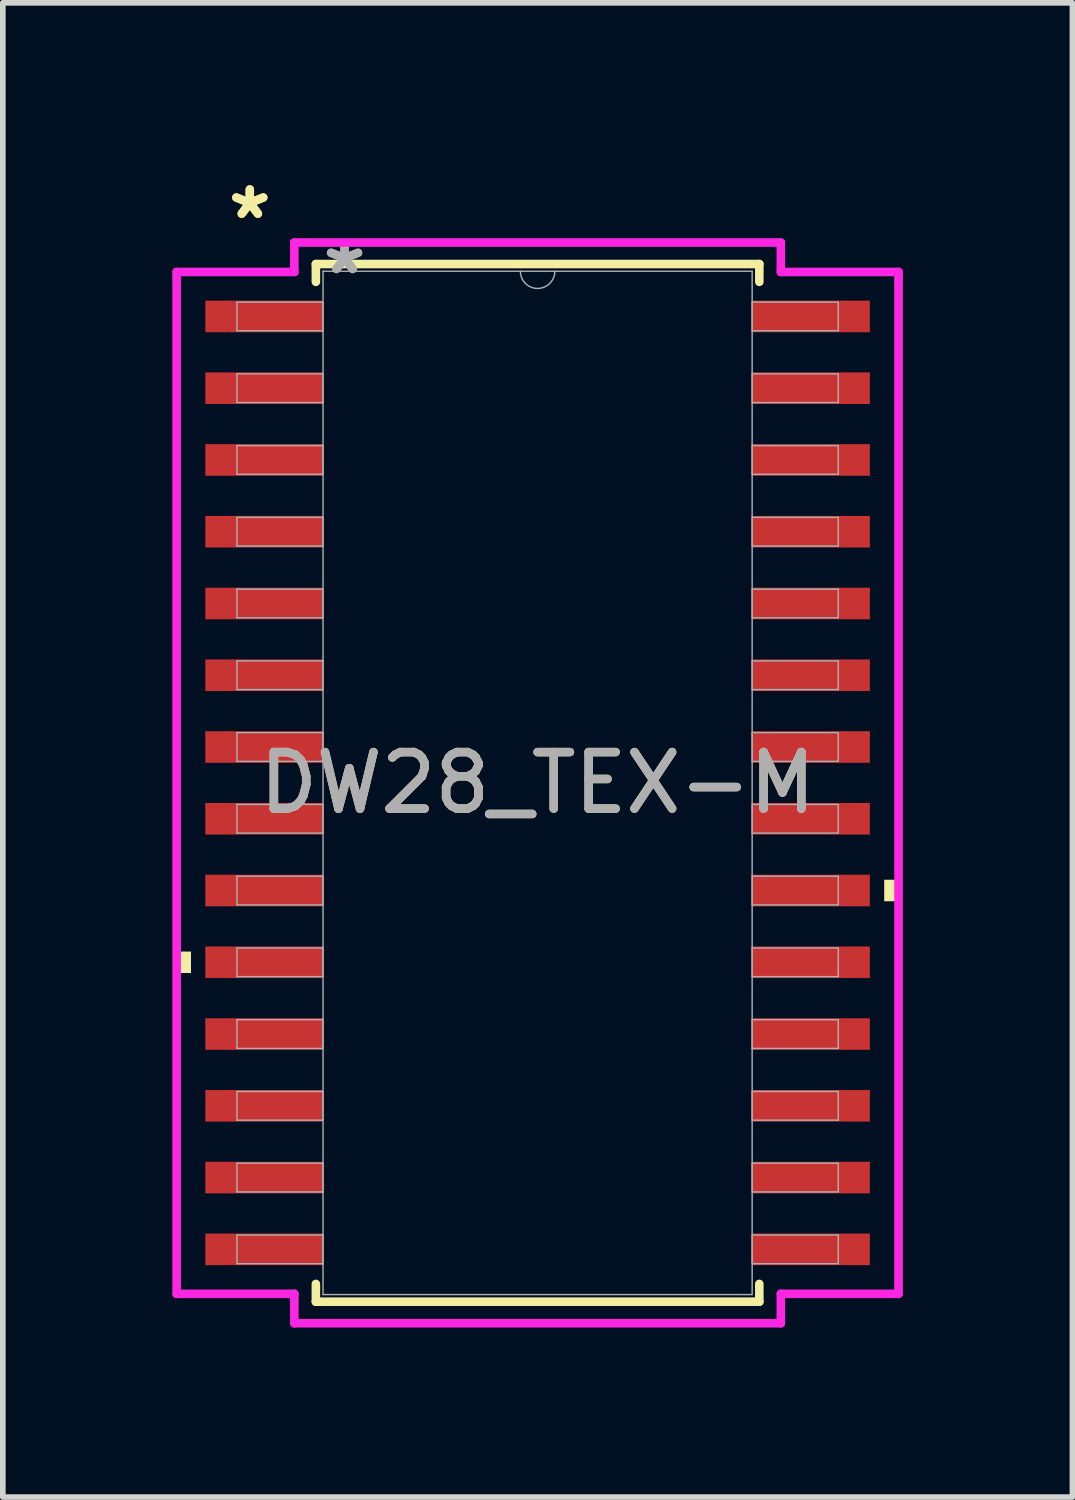
<source format=kicad_pcb>
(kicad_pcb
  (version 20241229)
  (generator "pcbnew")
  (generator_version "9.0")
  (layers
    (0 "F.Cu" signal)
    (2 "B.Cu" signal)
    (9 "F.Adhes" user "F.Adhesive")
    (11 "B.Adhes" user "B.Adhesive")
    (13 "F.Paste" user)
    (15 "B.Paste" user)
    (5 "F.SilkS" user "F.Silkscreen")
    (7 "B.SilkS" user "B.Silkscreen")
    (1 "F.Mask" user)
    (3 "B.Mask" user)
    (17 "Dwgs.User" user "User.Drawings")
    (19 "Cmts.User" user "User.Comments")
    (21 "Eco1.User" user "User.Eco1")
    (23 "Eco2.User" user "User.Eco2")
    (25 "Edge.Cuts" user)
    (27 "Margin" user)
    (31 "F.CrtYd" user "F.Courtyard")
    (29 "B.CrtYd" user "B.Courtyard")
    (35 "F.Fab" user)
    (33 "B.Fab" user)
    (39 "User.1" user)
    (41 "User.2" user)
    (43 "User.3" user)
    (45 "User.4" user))
  (footprint "DW28_TEX-M"
    (layer "F.Cu")
    (at 6.464 10.805)
    (property "Reference" "DW28_TEX-M" (at 0 0 0) (unlocked yes) (layer "F.SilkS") (effects (font (size 1 1) (thickness 0.15))))
    (attr smd)
    (fp_line (start -3.924 -9.182) (end -3.924 -8.867) (stroke (width 0.152) (type solid)) (layer "F.SilkS"))
    (fp_line (start -3.924 8.867) (end -3.924 9.182) (stroke (width 0.152) (type solid)) (layer "F.SilkS"))
    (fp_line (start -3.924 9.182) (end 3.924 9.182) (stroke (width 0.152) (type solid)) (layer "F.SilkS"))
    (fp_line (start 3.924 -9.182) (end -3.924 -9.182) (stroke (width 0.152) (type solid)) (layer "F.SilkS"))
    (fp_line (start 3.924 -8.867) (end 3.924 -9.182) (stroke (width 0.152) (type solid)) (layer "F.SilkS"))
    (fp_line (start 3.924 9.182) (end 3.924 8.867) (stroke (width 0.152) (type solid)) (layer "F.SilkS"))
    (fp_poly (pts (xy -6.388 2.985) (xy -6.388 3.365) (xy -6.134 3.365) (xy -6.134 2.985)) (stroke (width 0) (type solid)) (fill yes) (layer "F.SilkS"))
    (fp_poly (pts (xy 6.388 1.714) (xy 6.388 2.095) (xy 6.134 2.095) (xy 6.134 1.714)) (stroke (width 0) (type solid)) (fill yes) (layer "F.SilkS"))
    (fp_line (start -6.388 -9.042) (end -4.305 -9.042) (stroke (width 0.152) (type solid)) (layer "F.CrtYd"))
    (fp_line (start -6.388 9.042) (end -6.388 -9.042) (stroke (width 0.152) (type solid)) (layer "F.CrtYd"))
    (fp_line (start -6.388 9.042) (end -4.305 9.042) (stroke (width 0.152) (type solid)) (layer "F.CrtYd"))
    (fp_line (start -4.305 -9.563) (end 4.305 -9.563) (stroke (width 0.152) (type solid)) (layer "F.CrtYd"))
    (fp_line (start -4.305 -9.042) (end -4.305 -9.563) (stroke (width 0.152) (type solid)) (layer "F.CrtYd"))
    (fp_line (start -4.305 9.563) (end -4.305 9.042) (stroke (width 0.152) (type solid)) (layer "F.CrtYd"))
    (fp_line (start 4.305 -9.563) (end 4.305 -9.042) (stroke (width 0.152) (type solid)) (layer "F.CrtYd"))
    (fp_line (start 4.305 9.042) (end 4.305 9.563) (stroke (width 0.152) (type solid)) (layer "F.CrtYd"))
    (fp_line (start 4.305 9.563) (end -4.305 9.563) (stroke (width 0.152) (type solid)) (layer "F.CrtYd"))
    (fp_line (start 6.388 -9.042) (end 4.305 -9.042) (stroke (width 0.152) (type solid)) (layer "F.CrtYd"))
    (fp_line (start 6.388 -9.042) (end 6.388 9.042) (stroke (width 0.152) (type solid)) (layer "F.CrtYd"))
    (fp_line (start 6.388 9.042) (end 4.305 9.042) (stroke (width 0.152) (type solid)) (layer "F.CrtYd"))
    (fp_line (start -5.321 -8.509) (end -5.321 -8.001) (stroke (width 0.025) (type solid)) (layer "F.Fab"))
    (fp_line (start -5.321 -8.001) (end -3.797 -8.001) (stroke (width 0.025) (type solid)) (layer "F.Fab"))
    (fp_line (start -5.321 -7.239) (end -5.321 -6.731) (stroke (width 0.025) (type solid)) (layer "F.Fab"))
    (fp_line (start -5.321 -6.731) (end -3.797 -6.731) (stroke (width 0.025) (type solid)) (layer "F.Fab"))
    (fp_line (start -5.321 -5.969) (end -5.321 -5.461) (stroke (width 0.025) (type solid)) (layer "F.Fab"))
    (fp_line (start -5.321 -5.461) (end -3.797 -5.461) (stroke (width 0.025) (type solid)) (layer "F.Fab"))
    (fp_line (start -5.321 -4.699) (end -5.321 -4.191) (stroke (width 0.025) (type solid)) (layer "F.Fab"))
    (fp_line (start -5.321 -4.191) (end -3.797 -4.191) (stroke (width 0.025) (type solid)) (layer "F.Fab"))
    (fp_line (start -5.321 -3.429) (end -5.321 -2.921) (stroke (width 0.025) (type solid)) (layer "F.Fab"))
    (fp_line (start -5.321 -2.921) (end -3.797 -2.921) (stroke (width 0.025) (type solid)) (layer "F.Fab"))
    (fp_line (start -5.321 -2.159) (end -5.321 -1.651) (stroke (width 0.025) (type solid)) (layer "F.Fab"))
    (fp_line (start -5.321 -1.651) (end -3.797 -1.651) (stroke (width 0.025) (type solid)) (layer "F.Fab"))
    (fp_line (start -5.321 -0.889) (end -5.321 -0.381) (stroke (width 0.025) (type solid)) (layer "F.Fab"))
    (fp_line (start -5.321 -0.381) (end -3.797 -0.381) (stroke (width 0.025) (type solid)) (layer "F.Fab"))
    (fp_line (start -5.321 0.381) (end -5.321 0.889) (stroke (width 0.025) (type solid)) (layer "F.Fab"))
    (fp_line (start -5.321 0.889) (end -3.797 0.889) (stroke (width 0.025) (type solid)) (layer "F.Fab"))
    (fp_line (start -5.321 1.651) (end -5.321 2.159) (stroke (width 0.025) (type solid)) (layer "F.Fab"))
    (fp_line (start -5.321 2.159) (end -3.797 2.159) (stroke (width 0.025) (type solid)) (layer "F.Fab"))
    (fp_line (start -5.321 2.921) (end -5.321 3.429) (stroke (width 0.025) (type solid)) (layer "F.Fab"))
    (fp_line (start -5.321 3.429) (end -3.797 3.429) (stroke (width 0.025) (type solid)) (layer "F.Fab"))
    (fp_line (start -5.321 4.191) (end -5.321 4.699) (stroke (width 0.025) (type solid)) (layer "F.Fab"))
    (fp_line (start -5.321 4.699) (end -3.797 4.699) (stroke (width 0.025) (type solid)) (layer "F.Fab"))
    (fp_line (start -5.321 5.461) (end -5.321 5.969) (stroke (width 0.025) (type solid)) (layer "F.Fab"))
    (fp_line (start -5.321 5.969) (end -3.797 5.969) (stroke (width 0.025) (type solid)) (layer "F.Fab"))
    (fp_line (start -5.321 6.731) (end -5.321 7.239) (stroke (width 0.025) (type solid)) (layer "F.Fab"))
    (fp_line (start -5.321 7.239) (end -3.797 7.239) (stroke (width 0.025) (type solid)) (layer "F.Fab"))
    (fp_line (start -5.321 8.001) (end -5.321 8.509) (stroke (width 0.025) (type solid)) (layer "F.Fab"))
    (fp_line (start -5.321 8.509) (end -3.797 8.509) (stroke (width 0.025) (type solid)) (layer "F.Fab"))
    (fp_line (start -3.797 -9.055) (end -3.797 9.055) (stroke (width 0.025) (type solid)) (layer "F.Fab"))
    (fp_line (start -3.797 -8.509) (end -5.321 -8.509) (stroke (width 0.025) (type solid)) (layer "F.Fab"))
    (fp_line (start -3.797 -8.001) (end -3.797 -8.509) (stroke (width 0.025) (type solid)) (layer "F.Fab"))
    (fp_line (start -3.797 -7.239) (end -5.321 -7.239) (stroke (width 0.025) (type solid)) (layer "F.Fab"))
    (fp_line (start -3.797 -6.731) (end -3.797 -7.239) (stroke (width 0.025) (type solid)) (layer "F.Fab"))
    (fp_line (start -3.797 -5.969) (end -5.321 -5.969) (stroke (width 0.025) (type solid)) (layer "F.Fab"))
    (fp_line (start -3.797 -5.461) (end -3.797 -5.969) (stroke (width 0.025) (type solid)) (layer "F.Fab"))
    (fp_line (start -3.797 -4.699) (end -5.321 -4.699) (stroke (width 0.025) (type solid)) (layer "F.Fab"))
    (fp_line (start -3.797 -4.191) (end -3.797 -4.699) (stroke (width 0.025) (type solid)) (layer "F.Fab"))
    (fp_line (start -3.797 -3.429) (end -5.321 -3.429) (stroke (width 0.025) (type solid)) (layer "F.Fab"))
    (fp_line (start -3.797 -2.921) (end -3.797 -3.429) (stroke (width 0.025) (type solid)) (layer "F.Fab"))
    (fp_line (start -3.797 -2.159) (end -5.321 -2.159) (stroke (width 0.025) (type solid)) (layer "F.Fab"))
    (fp_line (start -3.797 -1.651) (end -3.797 -2.159) (stroke (width 0.025) (type solid)) (layer "F.Fab"))
    (fp_line (start -3.797 -0.889) (end -5.321 -0.889) (stroke (width 0.025) (type solid)) (layer "F.Fab"))
    (fp_line (start -3.797 -0.381) (end -3.797 -0.889) (stroke (width 0.025) (type solid)) (layer "F.Fab"))
    (fp_line (start -3.797 0.381) (end -5.321 0.381) (stroke (width 0.025) (type solid)) (layer "F.Fab"))
    (fp_line (start -3.797 0.889) (end -3.797 0.381) (stroke (width 0.025) (type solid)) (layer "F.Fab"))
    (fp_line (start -3.797 1.651) (end -5.321 1.651) (stroke (width 0.025) (type solid)) (layer "F.Fab"))
    (fp_line (start -3.797 2.159) (end -3.797 1.651) (stroke (width 0.025) (type solid)) (layer "F.Fab"))
    (fp_line (start -3.797 2.921) (end -5.321 2.921) (stroke (width 0.025) (type solid)) (layer "F.Fab"))
    (fp_line (start -3.797 3.429) (end -3.797 2.921) (stroke (width 0.025) (type solid)) (layer "F.Fab"))
    (fp_line (start -3.797 4.191) (end -5.321 4.191) (stroke (width 0.025) (type solid)) (layer "F.Fab"))
    (fp_line (start -3.797 4.699) (end -3.797 4.191) (stroke (width 0.025) (type solid)) (layer "F.Fab"))
    (fp_line (start -3.797 5.461) (end -5.321 5.461) (stroke (width 0.025) (type solid)) (layer "F.Fab"))
    (fp_line (start -3.797 5.969) (end -3.797 5.461) (stroke (width 0.025) (type solid)) (layer "F.Fab"))
    (fp_line (start -3.797 6.731) (end -5.321 6.731) (stroke (width 0.025) (type solid)) (layer "F.Fab"))
    (fp_line (start -3.797 7.239) (end -3.797 6.731) (stroke (width 0.025) (type solid)) (layer "F.Fab"))
    (fp_line (start -3.797 8.001) (end -5.321 8.001) (stroke (width 0.025) (type solid)) (layer "F.Fab"))
    (fp_line (start -3.797 8.509) (end -3.797 8.001) (stroke (width 0.025) (type solid)) (layer "F.Fab"))
    (fp_line (start -3.797 9.055) (end 3.797 9.055) (stroke (width 0.025) (type solid)) (layer "F.Fab"))
    (fp_line (start 3.797 -9.055) (end -3.797 -9.055) (stroke (width 0.025) (type solid)) (layer "F.Fab"))
    (fp_line (start 3.797 -8.509) (end 3.797 -8.001) (stroke (width 0.025) (type solid)) (layer "F.Fab"))
    (fp_line (start 3.797 -8.001) (end 5.321 -8.001) (stroke (width 0.025) (type solid)) (layer "F.Fab"))
    (fp_line (start 3.797 -7.239) (end 3.797 -6.731) (stroke (width 0.025) (type solid)) (layer "F.Fab"))
    (fp_line (start 3.797 -6.731) (end 5.321 -6.731) (stroke (width 0.025) (type solid)) (layer "F.Fab"))
    (fp_line (start 3.797 -5.969) (end 3.797 -5.461) (stroke (width 0.025) (type solid)) (layer "F.Fab"))
    (fp_line (start 3.797 -5.461) (end 5.321 -5.461) (stroke (width 0.025) (type solid)) (layer "F.Fab"))
    (fp_line (start 3.797 -4.699) (end 3.797 -4.191) (stroke (width 0.025) (type solid)) (layer "F.Fab"))
    (fp_line (start 3.797 -4.191) (end 5.321 -4.191) (stroke (width 0.025) (type solid)) (layer "F.Fab"))
    (fp_line (start 3.797 -3.429) (end 3.797 -2.921) (stroke (width 0.025) (type solid)) (layer "F.Fab"))
    (fp_line (start 3.797 -2.921) (end 5.321 -2.921) (stroke (width 0.025) (type solid)) (layer "F.Fab"))
    (fp_line (start 3.797 -2.159) (end 3.797 -1.651) (stroke (width 0.025) (type solid)) (layer "F.Fab"))
    (fp_line (start 3.797 -1.651) (end 5.321 -1.651) (stroke (width 0.025) (type solid)) (layer "F.Fab"))
    (fp_line (start 3.797 -0.889) (end 3.797 -0.381) (stroke (width 0.025) (type solid)) (layer "F.Fab"))
    (fp_line (start 3.797 -0.381) (end 5.321 -0.381) (stroke (width 0.025) (type solid)) (layer "F.Fab"))
    (fp_line (start 3.797 0.381) (end 3.797 0.889) (stroke (width 0.025) (type solid)) (layer "F.Fab"))
    (fp_line (start 3.797 0.889) (end 5.321 0.889) (stroke (width 0.025) (type solid)) (layer "F.Fab"))
    (fp_line (start 3.797 1.651) (end 3.797 2.159) (stroke (width 0.025) (type solid)) (layer "F.Fab"))
    (fp_line (start 3.797 2.159) (end 5.321 2.159) (stroke (width 0.025) (type solid)) (layer "F.Fab"))
    (fp_line (start 3.797 2.921) (end 3.797 3.429) (stroke (width 0.025) (type solid)) (layer "F.Fab"))
    (fp_line (start 3.797 3.429) (end 5.321 3.429) (stroke (width 0.025) (type solid)) (layer "F.Fab"))
    (fp_line (start 3.797 4.191) (end 3.797 4.699) (stroke (width 0.025) (type solid)) (layer "F.Fab"))
    (fp_line (start 3.797 4.699) (end 5.321 4.699) (stroke (width 0.025) (type solid)) (layer "F.Fab"))
    (fp_line (start 3.797 5.461) (end 3.797 5.969) (stroke (width 0.025) (type solid)) (layer "F.Fab"))
    (fp_line (start 3.797 5.969) (end 5.321 5.969) (stroke (width 0.025) (type solid)) (layer "F.Fab"))
    (fp_line (start 3.797 6.731) (end 3.797 7.239) (stroke (width 0.025) (type solid)) (layer "F.Fab"))
    (fp_line (start 3.797 7.239) (end 5.321 7.239) (stroke (width 0.025) (type solid)) (layer "F.Fab"))
    (fp_line (start 3.797 8.001) (end 3.797 8.509) (stroke (width 0.025) (type solid)) (layer "F.Fab"))
    (fp_line (start 3.797 8.509) (end 5.321 8.509) (stroke (width 0.025) (type solid)) (layer "F.Fab"))
    (fp_line (start 3.797 9.055) (end 3.797 -9.055) (stroke (width 0.025) (type solid)) (layer "F.Fab"))
    (fp_line (start 5.321 -8.509) (end 3.797 -8.509) (stroke (width 0.025) (type solid)) (layer "F.Fab"))
    (fp_line (start 5.321 -8.001) (end 5.321 -8.509) (stroke (width 0.025) (type solid)) (layer "F.Fab"))
    (fp_line (start 5.321 -7.239) (end 3.797 -7.239) (stroke (width 0.025) (type solid)) (layer "F.Fab"))
    (fp_line (start 5.321 -6.731) (end 5.321 -7.239) (stroke (width 0.025) (type solid)) (layer "F.Fab"))
    (fp_line (start 5.321 -5.969) (end 3.797 -5.969) (stroke (width 0.025) (type solid)) (layer "F.Fab"))
    (fp_line (start 5.321 -5.461) (end 5.321 -5.969) (stroke (width 0.025) (type solid)) (layer "F.Fab"))
    (fp_line (start 5.321 -4.699) (end 3.797 -4.699) (stroke (width 0.025) (type solid)) (layer "F.Fab"))
    (fp_line (start 5.321 -4.191) (end 5.321 -4.699) (stroke (width 0.025) (type solid)) (layer "F.Fab"))
    (fp_line (start 5.321 -3.429) (end 3.797 -3.429) (stroke (width 0.025) (type solid)) (layer "F.Fab"))
    (fp_line (start 5.321 -2.921) (end 5.321 -3.429) (stroke (width 0.025) (type solid)) (layer "F.Fab"))
    (fp_line (start 5.321 -2.159) (end 3.797 -2.159) (stroke (width 0.025) (type solid)) (layer "F.Fab"))
    (fp_line (start 5.321 -1.651) (end 5.321 -2.159) (stroke (width 0.025) (type solid)) (layer "F.Fab"))
    (fp_line (start 5.321 -0.889) (end 3.797 -0.889) (stroke (width 0.025) (type solid)) (layer "F.Fab"))
    (fp_line (start 5.321 -0.381) (end 5.321 -0.889) (stroke (width 0.025) (type solid)) (layer "F.Fab"))
    (fp_line (start 5.321 0.381) (end 3.797 0.381) (stroke (width 0.025) (type solid)) (layer "F.Fab"))
    (fp_line (start 5.321 0.889) (end 5.321 0.381) (stroke (width 0.025) (type solid)) (layer "F.Fab"))
    (fp_line (start 5.321 1.651) (end 3.797 1.651) (stroke (width 0.025) (type solid)) (layer "F.Fab"))
    (fp_line (start 5.321 2.159) (end 5.321 1.651) (stroke (width 0.025) (type solid)) (layer "F.Fab"))
    (fp_line (start 5.321 2.921) (end 3.797 2.921) (stroke (width 0.025) (type solid)) (layer "F.Fab"))
    (fp_line (start 5.321 3.429) (end 5.321 2.921) (stroke (width 0.025) (type solid)) (layer "F.Fab"))
    (fp_line (start 5.321 4.191) (end 3.797 4.191) (stroke (width 0.025) (type solid)) (layer "F.Fab"))
    (fp_line (start 5.321 4.699) (end 5.321 4.191) (stroke (width 0.025) (type solid)) (layer "F.Fab"))
    (fp_line (start 5.321 5.461) (end 3.797 5.461) (stroke (width 0.025) (type solid)) (layer "F.Fab"))
    (fp_line (start 5.321 5.969) (end 5.321 5.461) (stroke (width 0.025) (type solid)) (layer "F.Fab"))
    (fp_line (start 5.321 6.731) (end 3.797 6.731) (stroke (width 0.025) (type solid)) (layer "F.Fab"))
    (fp_line (start 5.321 7.239) (end 5.321 6.731) (stroke (width 0.025) (type solid)) (layer "F.Fab"))
    (fp_line (start 5.321 8.001) (end 3.797 8.001) (stroke (width 0.025) (type solid)) (layer "F.Fab"))
    (fp_line (start 5.321 8.509) (end 5.321 8.001) (stroke (width 0.025) (type solid)) (layer "F.Fab"))
    (fp_arc (start 0.3048 -9.0551) (mid 0 -8.7503) (end -0.3048 -9.0551) (stroke (width 0.0254) (type solid)) (layer "F.Fab"))
    (fp_text user "*" (at -5.093 -9.957 0) (unlocked yes) (layer "F.SilkS") (effects (font (size 1 1) (thickness 0.15))))
    (fp_text user "*" (at -5.093 -9.957 0) (layer "F.SilkS") (effects (font (size 1 1) (thickness 0.15))))
    (fp_text user "*" (at -3.416 -8.979 0) (unlocked yes) (layer "F.Fab") (effects (font (size 1 1) (thickness 0.15))))
    (fp_text user "*" (at -3.416 -8.979 0) (layer "F.Fab") (effects (font (size 1 1) (thickness 0.15))))
    (fp_text user "${REFERENCE}" (at 0 0 0) (unlocked yes) (layer "F.Fab") (effects (font (size 1 1) (thickness 0.15))))
    (pad "1" smd rect (at -4.839 -8.255) (size 2.083 0.559) (layers "F.Cu" "F.Mask" "F.Paste"))
    (pad "2" smd rect (at -4.839 -6.985) (size 2.083 0.559) (layers "F.Cu" "F.Mask" "F.Paste"))
    (pad "3" smd rect (at -4.839 -5.715) (size 2.083 0.559) (layers "F.Cu" "F.Mask" "F.Paste"))
    (pad "4" smd rect (at -4.839 -4.445) (size 2.083 0.559) (layers "F.Cu" "F.Mask" "F.Paste"))
    (pad "5" smd rect (at -4.839 -3.175) (size 2.083 0.559) (layers "F.Cu" "F.Mask" "F.Paste"))
    (pad "6" smd rect (at -4.839 -1.905) (size 2.083 0.559) (layers "F.Cu" "F.Mask" "F.Paste"))
    (pad "7" smd rect (at -4.839 -0.635) (size 2.083 0.559) (layers "F.Cu" "F.Mask" "F.Paste"))
    (pad "8" smd rect (at -4.839 0.635) (size 2.083 0.559) (layers "F.Cu" "F.Mask" "F.Paste"))
    (pad "9" smd rect (at -4.839 1.905) (size 2.083 0.559) (layers "F.Cu" "F.Mask" "F.Paste"))
    (pad "10" smd rect (at -4.839 3.175) (size 2.083 0.559) (layers "F.Cu" "F.Mask" "F.Paste"))
    (pad "11" smd rect (at -4.839 4.445) (size 2.083 0.559) (layers "F.Cu" "F.Mask" "F.Paste"))
    (pad "12" smd rect (at -4.839 5.715) (size 2.083 0.559) (layers "F.Cu" "F.Mask" "F.Paste"))
    (pad "13" smd rect (at -4.839 6.985) (size 2.083 0.559) (layers "F.Cu" "F.Mask" "F.Paste"))
    (pad "14" smd rect (at -4.839 8.255) (size 2.083 0.559) (layers "F.Cu" "F.Mask" "F.Paste"))
    (pad "15" smd rect (at 4.839 8.255) (size 2.083 0.559) (layers "F.Cu" "F.Mask" "F.Paste"))
    (pad "16" smd rect (at 4.839 6.985) (size 2.083 0.559) (layers "F.Cu" "F.Mask" "F.Paste"))
    (pad "17" smd rect (at 4.839 5.715) (size 2.083 0.559) (layers "F.Cu" "F.Mask" "F.Paste"))
    (pad "18" smd rect (at 4.839 4.445) (size 2.083 0.559) (layers "F.Cu" "F.Mask" "F.Paste"))
    (pad "19" smd rect (at 4.839 3.175) (size 2.083 0.559) (layers "F.Cu" "F.Mask" "F.Paste"))
    (pad "20" smd rect (at 4.839 1.905) (size 2.083 0.559) (layers "F.Cu" "F.Mask" "F.Paste"))
    (pad "21" smd rect (at 4.839 0.635) (size 2.083 0.559) (layers "F.Cu" "F.Mask" "F.Paste"))
    (pad "22" smd rect (at 4.839 -0.635) (size 2.083 0.559) (layers "F.Cu" "F.Mask" "F.Paste"))
    (pad "23" smd rect (at 4.839 -1.905) (size 2.083 0.559) (layers "F.Cu" "F.Mask" "F.Paste"))
    (pad "24" smd rect (at 4.839 -3.175) (size 2.083 0.559) (layers "F.Cu" "F.Mask" "F.Paste"))
    (pad "25" smd rect (at 4.839 -4.445) (size 2.083 0.559) (layers "F.Cu" "F.Mask" "F.Paste"))
    (pad "26" smd rect (at 4.839 -5.715) (size 2.083 0.559) (layers "F.Cu" "F.Mask" "F.Paste"))
    (pad "27" smd rect (at 4.839 -6.985) (size 2.083 0.559) (layers "F.Cu" "F.Mask" "F.Paste"))
    (pad "28" smd rect (at 4.839 -8.255) (size 2.083 0.559) (layers "F.Cu" "F.Mask" "F.Paste")))
  (gr_rect
    (start -3 -3)
    (end 15.929 23.444)
    (stroke (width 0.1) (type default))
    (fill no)
    (layer "Edge.Cuts")))
</source>
